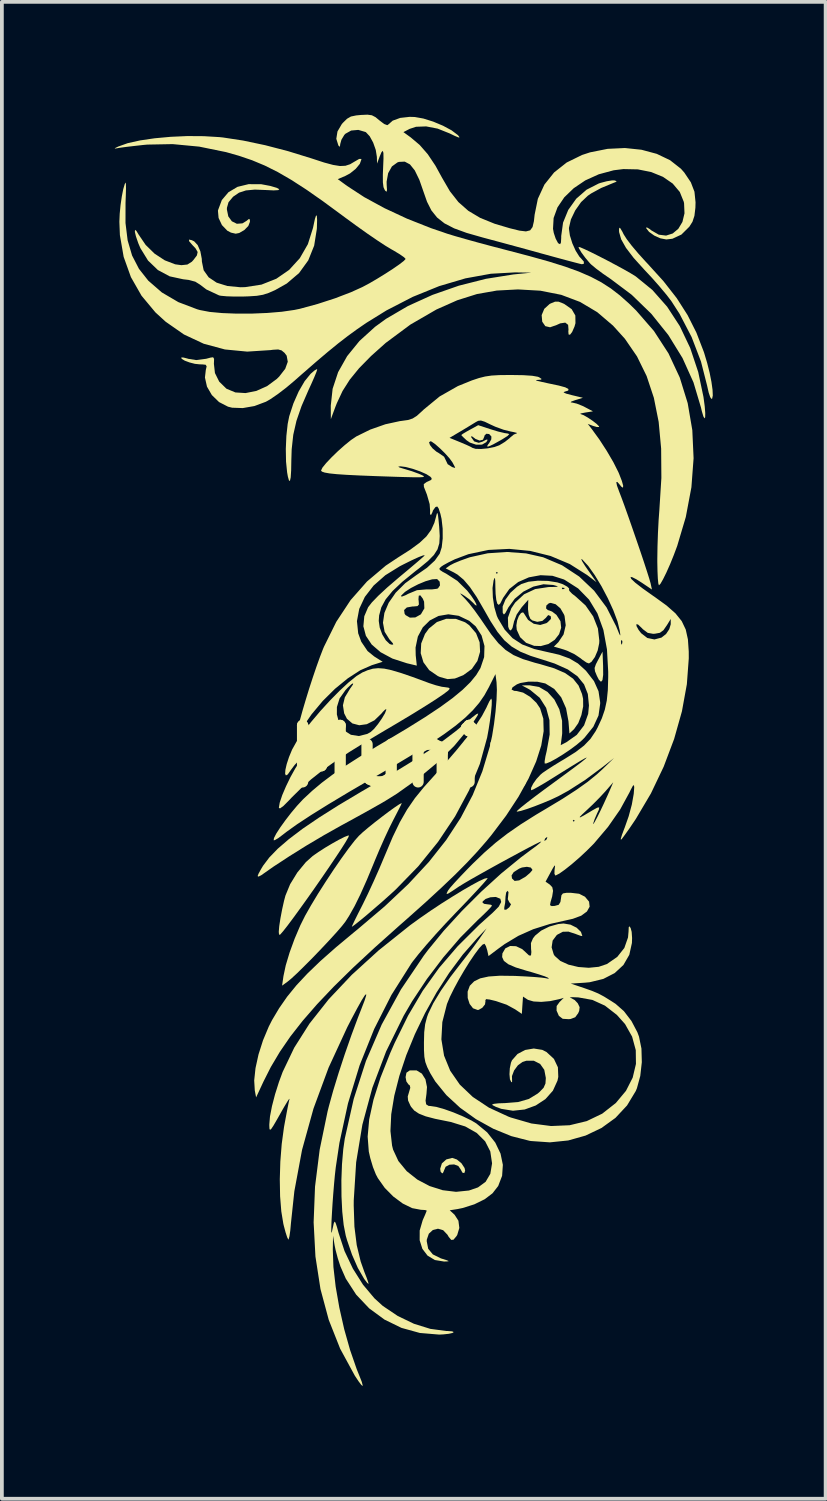
<source format=kicad_pcb>
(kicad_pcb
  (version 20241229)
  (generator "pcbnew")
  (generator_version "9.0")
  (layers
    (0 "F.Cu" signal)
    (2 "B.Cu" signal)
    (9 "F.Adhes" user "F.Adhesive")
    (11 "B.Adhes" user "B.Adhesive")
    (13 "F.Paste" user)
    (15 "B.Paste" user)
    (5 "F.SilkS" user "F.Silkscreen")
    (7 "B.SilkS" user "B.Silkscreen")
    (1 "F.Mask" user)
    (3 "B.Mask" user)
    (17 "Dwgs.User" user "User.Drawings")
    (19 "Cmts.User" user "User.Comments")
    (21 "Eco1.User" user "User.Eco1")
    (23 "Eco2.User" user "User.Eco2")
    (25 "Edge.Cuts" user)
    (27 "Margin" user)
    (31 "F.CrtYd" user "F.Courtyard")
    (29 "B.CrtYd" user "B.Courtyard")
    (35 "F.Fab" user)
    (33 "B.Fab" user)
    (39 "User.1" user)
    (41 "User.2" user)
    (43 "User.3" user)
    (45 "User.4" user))
  (footprint "Munin"
    (layer "F.Cu")
    (at 7.891 17.067)
    (property "Reference" "Munin" (at 0 0 0) (layer "F.SilkS") (effects (font (size 1.5 1.5) (thickness 0.3))))
    (attr board_only exclude_from_pos_files exclude_from_bom)
    (fp_poly (pts (xy 5.1 -2.407) (xy 5.102 -2.168) (xy 5.083 -2.027) (xy 5.044 -1.983) (xy 4.987 -2.039) (xy 4.936 -2.138) (xy 4.885 -2.261) (xy 4.874 -2.35) (xy 4.908 -2.449) (xy 4.966 -2.561) (xy 5.085 -2.785)) (stroke (width 0) (type solid)) (fill yes) (layer "F.SilkS"))
    (fp_poly (pts (xy 1.184 -3.656) (xy 1.43 -3.565) (xy 1.539 -3.488) (xy 1.721 -3.276) (xy 1.816 -3.034) (xy 1.828 -2.781) (xy 1.757 -2.537) (xy 1.607 -2.323) (xy 1.382 -2.159) (xy 1.158 -2.07) (xy 0.963 -2.054) (xy 0.759 -2.111) (xy 0.705 -2.135) (xy 0.474 -2.293) (xy 0.321 -2.502) (xy 0.249 -2.744) (xy 0.262 -3.002) (xy 0.363 -3.256) (xy 0.467 -3.399) (xy 0.68 -3.572) (xy 0.926 -3.658)) (stroke (width 0) (type solid)) (fill yes) (layer "F.SilkS"))
    (fp_poly (pts (xy 1.211 10.723) (xy 1.333 10.824) (xy 1.415 10.949) (xy 1.431 11.02) (xy 1.408 11.085) (xy 1.358 11.073) (xy 1.315 10.992) (xy 1.315 10.99) (xy 1.249 10.896) (xy 1.137 10.854) (xy 1.013 10.862) (xy 0.912 10.916) (xy 0.869 11.015) (xy 0.869 11.02) (xy 0.839 11.084) (xy 0.818 11.09) (xy 0.778 11.047) (xy 0.767 10.97) (xy 0.812 10.826) (xy 0.93 10.721) (xy 1.086 10.681)) (stroke (width 0) (type solid)) (fill yes) (layer "F.SilkS"))
    (fp_poly (pts (xy 4.033 -12.048) (xy 4.07 -12.03) (xy 4.264 -11.894) (xy 4.362 -11.725) (xy 4.365 -11.52) (xy 4.339 -11.429) (xy 4.276 -11.286) (xy 4.22 -11.214) (xy 4.182 -11.22) (xy 4.175 -11.309) (xy 4.18 -11.344) (xy 4.17 -11.477) (xy 4.094 -11.536) (xy 3.959 -11.516) (xy 3.862 -11.472) (xy 3.69 -11.412) (xy 3.563 -11.442) (xy 3.481 -11.561) (xy 3.466 -11.736) (xy 3.536 -11.903) (xy 3.677 -12.031) (xy 3.706 -12.046) (xy 3.821 -12.093) (xy 3.913 -12.094)) (stroke (width 0) (type solid)) (fill yes) (layer "F.SilkS"))
    (fp_poly (pts (xy -2.504 -10.289) (xy -2.525 -10.223) (xy -2.581 -10.086) (xy -2.662 -9.902) (xy -2.73 -9.755) (xy -2.921 -9.315) (xy -3.056 -8.924) (xy -3.141 -8.551) (xy -3.183 -8.166) (xy -3.192 -7.883) (xy -3.197 -7.604) (xy -3.209 -7.418) (xy -3.229 -7.328) (xy -3.254 -7.334) (xy -3.284 -7.44) (xy -3.304 -7.551) (xy -3.333 -7.838) (xy -3.339 -8.176) (xy -3.324 -8.524) (xy -3.289 -8.842) (xy -3.248 -9.046) (xy -3.138 -9.385) (xy -2.997 -9.705) (xy -2.838 -9.979) (xy -2.679 -10.174) (xy -2.579 -10.261) (xy -2.515 -10.298)) (stroke (width 0) (type solid)) (fill yes) (layer "F.SilkS"))
    (fp_poly (pts (xy -1.659 2.106) (xy -1.677 2.156) (xy -1.746 2.276) (xy -1.859 2.455) (xy -2.007 2.679) (xy -2.181 2.937) (xy -2.372 3.216) (xy -2.572 3.504) (xy -2.773 3.789) (xy -2.966 4.058) (xy -3.142 4.3) (xy -3.293 4.502) (xy -3.411 4.652) (xy -3.486 4.738) (xy -3.507 4.753) (xy -3.523 4.71) (xy -3.526 4.663) (xy -3.514 4.517) (xy -3.482 4.308) (xy -3.437 4.071) (xy -3.386 3.842) (xy -3.349 3.704) (xy -3.224 3.401) (xy -3.034 3.091) (xy -2.806 2.814) (xy -2.623 2.65) (xy -2.473 2.545) (xy -2.292 2.429) (xy -2.102 2.316) (xy -1.923 2.216) (xy -1.775 2.142) (xy -1.681 2.106)) (stroke (width 0) (type solid)) (fill yes) (layer "F.SilkS"))
    (fp_poly (pts (xy -3.991 -15.217) (xy -3.753 -15.172) (xy -3.583 -15.122) (xy -3.512 -15.084) (xy -3.54 -15.06) (xy -3.663 -15.053) (xy -3.852 -15.062) (xy -4.164 -15.074) (xy -4.4 -15.052) (xy -4.582 -14.993) (xy -4.731 -14.892) (xy -4.749 -14.875) (xy -4.863 -14.738) (xy -4.905 -14.59) (xy -4.906 -14.545) (xy -4.869 -14.362) (xy -4.774 -14.231) (xy -4.641 -14.165) (xy -4.493 -14.176) (xy -4.386 -14.241) (xy -4.317 -14.296) (xy -4.295 -14.273) (xy -4.293 -14.219) (xy -4.336 -14.107) (xy -4.443 -13.998) (xy -4.578 -13.92) (xy -4.672 -13.901) (xy -4.798 -13.93) (xy -4.895 -13.981) (xy -5.038 -14.13) (xy -5.127 -14.32) (xy -5.144 -14.51) (xy -5.141 -14.528) (xy -5.041 -14.796) (xy -4.865 -15.004) (xy -4.624 -15.147) (xy -4.329 -15.219)) (stroke (width 0) (type solid)) (fill yes) (layer "F.SilkS"))
    (fp_poly (pts (xy 4.488 -13.541) (xy 4.602 -13.492) (xy 4.771 -13.412) (xy 4.977 -13.309) (xy 5.203 -13.193) (xy 5.431 -13.072) (xy 5.645 -12.956) (xy 5.826 -12.853) (xy 5.958 -12.772) (xy 5.971 -12.763) (xy 6.412 -12.403) (xy 6.803 -11.96) (xy 7.14 -11.443) (xy 7.417 -10.861) (xy 7.63 -10.222) (xy 7.77 -9.557) (xy 7.803 -9.311) (xy 7.817 -9.13) (xy 7.815 -9.02) (xy 7.797 -8.989) (xy 7.767 -9.042) (xy 7.724 -9.187) (xy 7.704 -9.276) (xy 7.504 -9.946) (xy 7.212 -10.594) (xy 6.835 -11.206) (xy 6.382 -11.771) (xy 5.861 -12.276) (xy 5.292 -12.703) (xy 5.095 -12.838) (xy 4.916 -12.971) (xy 4.784 -13.081) (xy 4.748 -13.117) (xy 4.627 -13.26) (xy 4.524 -13.4) (xy 4.459 -13.509) (xy 4.446 -13.549)) (stroke (width 0) (type solid)) (fill yes) (layer "F.SilkS"))
    (fp_poly (pts (xy 5.559 -14.045) (xy 5.616 -13.947) (xy 5.647 -13.884) (xy 5.729 -13.755) (xy 5.865 -13.577) (xy 6.04 -13.37) (xy 6.234 -13.156) (xy 6.275 -13.113) (xy 6.707 -12.637) (xy 7.06 -12.185) (xy 7.347 -11.736) (xy 7.582 -11.269) (xy 7.777 -10.763) (xy 7.79 -10.724) (xy 7.868 -10.463) (xy 7.934 -10.201) (xy 7.982 -9.958) (xy 8.011 -9.75) (xy 8.018 -9.596) (xy 8 -9.514) (xy 7.984 -9.506) (xy 7.95 -9.552) (xy 7.909 -9.673) (xy 7.87 -9.844) (xy 7.869 -9.851) (xy 7.703 -10.503) (xy 7.454 -11.153) (xy 7.135 -11.767) (xy 6.916 -12.107) (xy 6.785 -12.278) (xy 6.605 -12.493) (xy 6.401 -12.725) (xy 6.198 -12.942) (xy 5.913 -13.257) (xy 5.709 -13.524) (xy 5.581 -13.751) (xy 5.526 -13.944) (xy 5.523 -14.003) (xy 5.531 -14.061)) (stroke (width 0) (type solid)) (fill yes) (layer "F.SilkS"))
    (fp_poly (pts (xy 1.761 -1.086) (xy 1.678 -0.957) (xy 1.53 -0.75) (xy 1.503 -0.714) (xy 1.137 -0.274) (xy 0.688 0.168) (xy 0.175 0.595) (xy -0.384 0.993) (xy -0.69 1.184) (xy -0.835 1.268) (xy -1.048 1.389) (xy -1.31 1.535) (xy -1.599 1.694) (xy -1.865 1.839) (xy -2.319 2.094) (xy -2.79 2.373) (xy -3.249 2.66) (xy -3.669 2.935) (xy -3.992 3.162) (xy -4.065 3.199) (xy -4.089 3.185) (xy -4.063 3.118) (xy -3.997 2.998) (xy -3.944 2.91) (xy -3.779 2.691) (xy -3.553 2.457) (xy -3.261 2.205) (xy -2.898 1.93) (xy -2.457 1.63) (xy -1.935 1.3) (xy -1.325 0.936) (xy -1.124 0.819) (xy -0.516 0.463) (xy 0.009 0.142) (xy 0.461 -0.149) (xy 0.849 -0.418) (xy 1.183 -0.671) (xy 1.424 -0.871) (xy 1.611 -1.03) (xy 1.729 -1.121) (xy 1.779 -1.14)) (stroke (width 0) (type solid)) (fill yes) (layer "F.SilkS"))
    (fp_poly (pts (xy 2.117 -8.697) (xy 2.305 -8.64) (xy 2.469 -8.6) (xy 2.569 -8.585) (xy 2.605 -8.57) (xy 2.558 -8.521) (xy 2.424 -8.436) (xy 2.376 -8.408) (xy 2.174 -8.296) (xy 2.053 -8.242) (xy 2.011 -8.244) (xy 2.045 -8.301) (xy 2.068 -8.328) (xy 2.126 -8.431) (xy 2.129 -8.507) (xy 2.069 -8.573) (xy 1.993 -8.58) (xy 1.944 -8.529) (xy 1.942 -8.508) (xy 1.905 -8.422) (xy 1.815 -8.399) (xy 1.703 -8.444) (xy 1.677 -8.465) (xy 1.603 -8.519) (xy 1.591 -8.494) (xy 1.593 -8.487) (xy 1.671 -8.377) (xy 1.792 -8.339) (xy 1.89 -8.369) (xy 1.996 -8.425) (xy 2.031 -8.419) (xy 1.993 -8.356) (xy 1.879 -8.291) (xy 1.723 -8.289) (xy 1.558 -8.345) (xy 1.469 -8.406) (xy 1.378 -8.491) (xy 1.33 -8.542) (xy 1.329 -8.546) (xy 1.369 -8.578) (xy 1.473 -8.64) (xy 1.554 -8.685) (xy 1.778 -8.808)) (stroke (width 0) (type solid)) (fill yes) (layer "F.SilkS"))
    (fp_poly (pts (xy 3.481 7.807) (xy 3.593 7.863) (xy 3.792 8.047) (xy 3.898 8.27) (xy 3.908 8.526) (xy 3.887 8.626) (xy 3.765 8.893) (xy 3.566 9.117) (xy 3.309 9.286) (xy 3.015 9.393) (xy 2.703 9.426) (xy 2.393 9.376) (xy 2.389 9.375) (xy 2.25 9.324) (xy 2.162 9.279) (xy 2.147 9.262) (xy 2.193 9.243) (xy 2.316 9.229) (xy 2.488 9.223) (xy 2.492 9.223) (xy 2.84 9.195) (xy 3.122 9.114) (xy 3.358 8.971) (xy 3.403 8.933) (xy 3.517 8.816) (xy 3.567 8.702) (xy 3.577 8.555) (xy 3.536 8.338) (xy 3.425 8.181) (xy 3.259 8.097) (xy 3.057 8.097) (xy 2.957 8.129) (xy 2.834 8.218) (xy 2.733 8.355) (xy 2.676 8.504) (xy 2.679 8.62) (xy 2.679 8.668) (xy 2.657 8.662) (xy 2.622 8.59) (xy 2.61 8.455) (xy 2.619 8.296) (xy 2.649 8.15) (xy 2.676 8.085) (xy 2.823 7.917) (xy 3.026 7.81) (xy 3.256 7.771)) (stroke (width 0) (type solid)) (fill yes) (layer "F.SilkS"))
    (fp_poly (pts (xy -0.256 1.247) (xy -0.278 1.298) (xy -0.338 1.417) (xy -0.425 1.586) (xy -0.481 1.694) (xy -0.587 1.906) (xy -0.715 2.18) (xy -0.849 2.483) (xy -0.975 2.782) (xy -0.992 2.825) (xy -1.185 3.289) (xy -1.355 3.67) (xy -1.509 3.983) (xy -1.655 4.242) (xy -1.753 4.395) (xy -1.844 4.512) (xy -1.992 4.683) (xy -2.182 4.891) (xy -2.397 5.12) (xy -2.622 5.354) (xy -2.841 5.574) (xy -3.037 5.767) (xy -3.195 5.913) (xy -3.291 5.992) (xy -3.438 6.099) (xy -3.402 5.847) (xy -3.341 5.56) (xy -3.238 5.217) (xy -3.105 4.852) (xy -2.954 4.497) (xy -2.827 4.242) (xy -2.671 3.967) (xy -2.485 3.658) (xy -2.278 3.334) (xy -2.065 3.011) (xy -1.856 2.708) (xy -1.664 2.443) (xy -1.501 2.233) (xy -1.396 2.115) (xy -1.293 2.019) (xy -1.145 1.894) (xy -0.97 1.753) (xy -0.783 1.608) (xy -0.603 1.472) (xy -0.444 1.358) (xy -0.325 1.278) (xy -0.262 1.245)) (stroke (width 0) (type solid)) (fill yes) (layer "F.SilkS"))
    (fp_poly (pts (xy 2.14 -1.486) (xy 2.137 -1.361) (xy 2.12 -1.178) (xy 2.093 -0.959) (xy 2.057 -0.727) (xy 2.016 -0.502) (xy 2.014 -0.494) (xy 1.822 0.202) (xy 1.536 0.903) (xy 1.163 1.598) (xy 0.71 2.275) (xy 0.184 2.925) (xy -0.408 3.534) (xy -0.554 3.669) (xy -0.768 3.86) (xy -0.983 4.046) (xy -1.183 4.218) (xy -1.357 4.362) (xy -1.49 4.468) (xy -1.568 4.525) (xy -1.584 4.531) (xy -1.562 4.48) (xy -1.503 4.355) (xy -1.414 4.176) (xy -1.304 3.96) (xy -1.288 3.928) (xy -1.156 3.657) (xy -1.004 3.328) (xy -0.85 2.981) (xy -0.712 2.654) (xy -0.692 2.607) (xy -0.494 2.139) (xy -0.305 1.749) (xy -0.113 1.414) (xy 0.095 1.112) (xy 0.333 0.82) (xy 0.427 0.715) (xy 0.848 0.247) (xy 1.198 -0.16) (xy 1.484 -0.511) (xy 1.708 -0.813) (xy 1.877 -1.072) (xy 1.996 -1.295) (xy 2.02 -1.349) (xy 2.076 -1.466) (xy 2.12 -1.53) (xy 2.128 -1.533)) (stroke (width 0) (type solid)) (fill yes) (layer "F.SilkS"))
    (fp_poly (pts (xy -2.514 -14.378) (xy -2.507 -14.27) (xy -2.512 -14.065) (xy -2.514 -14.028) (xy -2.585 -13.583) (xy -2.742 -13.192) (xy -2.986 -12.855) (xy -3.313 -12.576) (xy -3.618 -12.404) (xy -3.794 -12.326) (xy -3.946 -12.277) (xy -4.11 -12.249) (xy -4.321 -12.235) (xy -4.472 -12.23) (xy -4.705 -12.229) (xy -4.912 -12.236) (xy -5.064 -12.25) (xy -5.114 -12.26) (xy -5.452 -12.418) (xy -5.622 -12.547) (xy -5.747 -12.625) (xy -5.925 -12.672) (xy -6.069 -12.689) (xy -6.428 -12.767) (xy -6.742 -12.935) (xy -7.004 -13.187) (xy -7.207 -13.517) (xy -7.263 -13.648) (xy -7.325 -13.829) (xy -7.354 -13.95) (xy -7.35 -14.003) (xy -7.314 -13.977) (xy -7.252 -13.875) (xy -7.067 -13.603) (xy -6.829 -13.37) (xy -6.559 -13.193) (xy -6.282 -13.087) (xy -6.116 -13.064) (xy -5.957 -13.081) (xy -5.839 -13.155) (xy -5.796 -13.202) (xy -5.704 -13.323) (xy -5.684 -13.414) (xy -5.739 -13.51) (xy -5.822 -13.598) (xy -5.91 -13.7) (xy -5.915 -13.745) (xy -5.841 -13.729) (xy -5.777 -13.698) (xy -5.684 -13.599) (xy -5.612 -13.433) (xy -5.574 -13.232) (xy -5.571 -13.16) (xy -5.524 -12.929) (xy -5.391 -12.741) (xy -5.179 -12.599) (xy -4.895 -12.51) (xy -4.548 -12.477) (xy -4.421 -12.48) (xy -3.986 -12.547) (xy -3.592 -12.703) (xy -3.25 -12.939) (xy -2.967 -13.249) (xy -2.752 -13.623) (xy -2.616 -14.055) (xy -2.606 -14.102) (xy -2.565 -14.294) (xy -2.534 -14.386)) (stroke (width 0) (type solid)) (fill yes) (layer "F.SilkS"))
    (fp_poly (pts (xy -0.721 -2.333) (xy -0.525 -2.291) (xy -0.279 -2.218) (xy 0.03 -2.112) (xy 0.418 -1.969) (xy 0.471 -1.949) (xy 0.652 -1.89) (xy 0.812 -1.85) (xy 0.893 -1.84) (xy 0.99 -1.826) (xy 1.022 -1.799) (xy 0.979 -1.748) (xy 0.852 -1.652) (xy 0.649 -1.514) (xy 0.376 -1.34) (xy 0.04 -1.132) (xy -0.353 -0.896) (xy -0.664 -0.713) (xy -1.198 -0.395) (xy -1.653 -0.113) (xy -2.041 0.143) (xy -2.375 0.382) (xy -2.667 0.613) (xy -2.93 0.846) (xy -3.178 1.09) (xy -3.256 1.173) (xy -3.404 1.321) (xy -3.494 1.386) (xy -3.524 1.369) (xy -3.524 1.369) (xy -3.501 1.231) (xy -3.434 1.031) (xy -3.334 0.797) (xy -3.215 0.551) (xy -3.087 0.321) (xy -2.963 0.13) (xy -2.921 0.077) (xy -2.895 0.036) (xy -2.938 0.065) (xy -2.982 0.102) (xy -3.105 0.23) (xy -3.206 0.365) (xy -3.21 0.371) (xy -3.288 0.482) (xy -3.337 0.508) (xy -3.357 0.463) (xy -3.35 0.357) (xy -3.315 0.205) (xy -3.254 0.019) (xy -3.172 -0.179) (xy -3.056 -0.387) (xy -2.882 -0.638) (xy -2.666 -0.915) (xy -2.496 -1.115) (xy -1.981 -1.115) (xy -1.916 -0.87) (xy -1.785 -0.686) (xy -1.607 -0.573) (xy -1.397 -0.54) (xy -1.173 -0.596) (xy -1.083 -0.646) (xy -0.995 -0.727) (xy -0.888 -0.857) (xy -0.784 -1.007) (xy -0.702 -1.145) (xy -0.665 -1.242) (xy -0.665 -1.249) (xy -0.692 -1.248) (xy -0.761 -1.18) (xy -0.797 -1.136) (xy -0.982 -0.958) (xy -1.185 -0.855) (xy -1.386 -0.827) (xy -1.568 -0.875) (xy -1.713 -0.999) (xy -1.787 -1.144) (xy -1.82 -1.358) (xy -1.769 -1.57) (xy -1.63 -1.8) (xy -1.619 -1.814) (xy -1.552 -1.912) (xy -1.549 -1.944) (xy -1.6 -1.913) (xy -1.693 -1.825) (xy -1.751 -1.763) (xy -1.909 -1.54) (xy -1.98 -1.312) (xy -1.981 -1.115) (xy -2.496 -1.115) (xy -2.422 -1.203) (xy -2.165 -1.484) (xy -1.908 -1.745) (xy -1.667 -1.968) (xy -1.457 -2.137) (xy -1.303 -2.231) (xy -1.159 -2.292) (xy -1.024 -2.331) (xy -0.883 -2.345)) (stroke (width 0) (type solid)) (fill yes) (layer "F.SilkS"))
    (fp_poly (pts (xy 3.635 -4.666) (xy 3.885 -4.626) (xy 4.031 -4.577) (xy 4.146 -4.514) (xy 4.198 -4.464) (xy 4.193 -4.447) (xy 4.201 -4.403) (xy 4.277 -4.324) (xy 4.364 -4.257) (xy 4.633 -4.014) (xy 4.836 -3.722) (xy 4.962 -3.402) (xy 5 -3.075) (xy 4.996 -3.006) (xy 4.956 -2.815) (xy 4.882 -2.641) (xy 4.792 -2.515) (xy 4.724 -2.471) (xy 4.66 -2.494) (xy 4.553 -2.566) (xy 4.497 -2.611) (xy 4.337 -2.718) (xy 4.14 -2.811) (xy 4.055 -2.841) (xy 3.791 -2.918) (xy 3.911 -3.037) (xy 4.049 -3.243) (xy 4.106 -3.486) (xy 4.075 -3.733) (xy 4.061 -3.771) (xy 3.964 -3.937) (xy 3.837 -4.046) (xy 3.706 -4.082) (xy 3.658 -4.071) (xy 3.591 -4.012) (xy 3.583 -3.935) (xy 3.634 -3.887) (xy 3.656 -3.884) (xy 3.744 -3.85) (xy 3.852 -3.768) (xy 3.861 -3.759) (xy 3.966 -3.595) (xy 3.985 -3.42) (xy 3.93 -3.249) (xy 3.814 -3.1) (xy 3.648 -2.989) (xy 3.445 -2.933) (xy 3.267 -2.939) (xy 3.052 -3.02) (xy 2.892 -3.17) (xy 2.803 -3.366) (xy 2.793 -3.482) (xy 2.814 -3.616) (xy 2.86 -3.734) (xy 2.918 -3.813) (xy 2.972 -3.831) (xy 3 -3.795) (xy 3.104 -3.63) (xy 3.256 -3.526) (xy 3.428 -3.494) (xy 3.593 -3.543) (xy 3.63 -3.57) (xy 3.712 -3.654) (xy 3.711 -3.716) (xy 3.697 -3.733) (xy 3.64 -3.758) (xy 3.585 -3.693) (xy 3.58 -3.685) (xy 3.485 -3.602) (xy 3.349 -3.578) (xy 3.217 -3.615) (xy 3.164 -3.659) (xy 3.122 -3.761) (xy 3.103 -3.911) (xy 3.103 -3.953) (xy 3.11 -4.165) (xy 2.934 -3.964) (xy 2.802 -3.773) (xy 2.729 -3.582) (xy 2.727 -3.567) (xy 2.69 -3.413) (xy 2.646 -3.347) (xy 2.603 -3.375) (xy 2.576 -3.449) (xy 2.568 -3.688) (xy 2.658 -3.936) (xy 2.761 -4.09) (xy 2.998 -4.31) (xy 3.294 -4.449) (xy 3.5 -4.48) (xy 4.003 -4.48) (xy 4.01 -4.45) (xy 4.037 -4.446) (xy 4.079 -4.465) (xy 4.071 -4.48) (xy 4.011 -4.486) (xy 4.003 -4.48) (xy 3.5 -4.48) (xy 3.642 -4.502) (xy 3.657 -4.503) (xy 3.822 -4.506) (xy 3.893 -4.513) (xy 3.88 -4.527) (xy 3.791 -4.553) (xy 3.772 -4.558) (xy 3.515 -4.577) (xy 3.243 -4.514) (xy 2.981 -4.382) (xy 2.751 -4.192) (xy 2.579 -3.958) (xy 2.565 -3.93) (xy 2.5 -3.81) (xy 2.462 -3.773) (xy 2.435 -3.809) (xy 2.43 -3.826) (xy 2.428 -3.985) (xy 2.502 -4.167) (xy 2.635 -4.351) (xy 2.812 -4.511) (xy 2.927 -4.583) (xy 3.118 -4.645) (xy 3.366 -4.672)) (stroke (width 0) (type solid)) (fill yes) (layer "F.SilkS"))
    (fp_poly (pts (xy 2.029 3.239) (xy 2.002 3.28) (xy 1.912 3.385) (xy 1.77 3.541) (xy 1.584 3.74) (xy 1.365 3.971) (xy 1.193 4.149) (xy 0.919 4.437) (xy 0.65 4.73) (xy 0.403 5.01) (xy 0.193 5.259) (xy 0.035 5.459) (xy 0 5.508) (xy -0.53 6.347) (xy -0.989 7.253) (xy -1.376 8.218) (xy -1.685 9.23) (xy -1.913 10.281) (xy -2.011 10.937) (xy -2.034 11.141) (xy -2.056 11.378) (xy -2.077 11.634) (xy -2.096 11.892) (xy -2.111 12.137) (xy -2.123 12.354) (xy -2.129 12.526) (xy -2.13 12.639) (xy -2.123 12.676) (xy -2.114 12.649) (xy -2.084 12.516) (xy -2.063 12.419) (xy -2.043 12.374) (xy -2.017 12.404) (xy -1.979 12.517) (xy -1.936 12.674) (xy -1.777 13.159) (xy -1.555 13.626) (xy -1.286 14.053) (xy -0.982 14.415) (xy -0.759 14.618) (xy -0.362 14.885) (xy 0.068 15.092) (xy 0.505 15.228) (xy 0.924 15.284) (xy 0.953 15.284) (xy 1.084 15.294) (xy 1.127 15.313) (xy 1.094 15.337) (xy 0.996 15.359) (xy 0.848 15.375) (xy 0.738 15.38) (xy 0.226 15.337) (xy -0.262 15.202) (xy -0.715 14.981) (xy -1.121 14.683) (xy -1.468 14.317) (xy -1.744 13.891) (xy -1.886 13.568) (xy -1.956 13.353) (xy -2.015 13.13) (xy -2.041 13.006) (xy -2.083 12.751) (xy -2.089 13.12) (xy -2.073 13.581) (xy -2.013 14.105) (xy -1.915 14.666) (xy -1.786 15.236) (xy -1.63 15.789) (xy -1.454 16.298) (xy -1.372 16.501) (xy -1.319 16.636) (xy -1.295 16.728) (xy -1.296 16.747) (xy -1.331 16.719) (xy -1.404 16.623) (xy -1.499 16.48) (xy -1.504 16.472) (xy -1.893 15.757) (xy -2.197 14.989) (xy -2.417 14.169) (xy -2.551 13.303) (xy -2.599 12.394) (xy -2.562 11.445) (xy -2.438 10.46) (xy -2.228 9.444) (xy -2.194 9.309) (xy -2.081 8.9) (xy -1.937 8.429) (xy -1.772 7.926) (xy -1.597 7.424) (xy -1.422 6.953) (xy -1.331 6.721) (xy -1.245 6.498) (xy -1.203 6.366) (xy -1.202 6.322) (xy -1.243 6.364) (xy -1.323 6.491) (xy -1.44 6.701) (xy -1.595 6.992) (xy -1.705 7.206) (xy -2.201 8.28) (xy -2.603 9.369) (xy -2.907 10.467) (xy -3.112 11.568) (xy -3.202 12.412) (xy -3.22 12.612) (xy -3.242 12.763) (xy -3.263 12.844) (xy -3.273 12.852) (xy -3.302 12.794) (xy -3.345 12.662) (xy -3.393 12.482) (xy -3.405 12.432) (xy -3.459 12.103) (xy -3.491 11.701) (xy -3.499 11.251) (xy -3.485 10.78) (xy -3.448 10.312) (xy -3.389 9.874) (xy -3.381 9.827) (xy -3.335 9.579) (xy -3.294 9.362) (xy -3.261 9.199) (xy -3.241 9.113) (xy -3.24 9.112) (xy -3.251 9.112) (xy -3.301 9.188) (xy -3.383 9.324) (xy -3.443 9.429) (xy -3.578 9.668) (xy -3.67 9.826) (xy -3.728 9.912) (xy -3.76 9.935) (xy -3.774 9.904) (xy -3.778 9.828) (xy -3.778 9.787) (xy -3.76 9.579) (xy -3.707 9.304) (xy -3.625 8.989) (xy -3.521 8.66) (xy -3.423 8.394) (xy -3.116 7.751) (xy -2.708 7.107) (xy -2.197 6.46) (xy -1.584 5.811) (xy -0.87 5.161) (xy -0.054 4.509) (xy -0.026 4.487) (xy 0.231 4.301) (xy 0.511 4.107) (xy 0.801 3.915) (xy 1.089 3.733) (xy 1.36 3.567) (xy 1.602 3.427) (xy 1.802 3.319) (xy 1.946 3.253) (xy 2.023 3.236)) (stroke (width 0) (type solid)) (fill yes) (layer "F.SilkS"))
    (fp_poly (pts (xy -1.05 -17.051) (xy -0.952 -17) (xy -0.847 -16.913) (xy -0.723 -16.819) (xy -0.641 -16.788) (xy -0.622 -16.798) (xy -0.496 -16.908) (xy -0.296 -16.981) (xy -0.046 -17.009) (xy 0.091 -17.005) (xy 0.321 -16.964) (xy 0.582 -16.882) (xy 0.842 -16.773) (xy 1.069 -16.651) (xy 1.232 -16.528) (xy 1.25 -16.51) (xy 1.282 -16.464) (xy 1.254 -16.461) (xy 1.154 -16.503) (xy 1.017 -16.569) (xy 0.699 -16.696) (xy 0.394 -16.755) (xy 0.125 -16.745) (xy -0.046 -16.689) (xy -0.211 -16.603) (xy -0.016 -16.462) (xy 0.222 -16.261) (xy 0.436 -16.016) (xy 0.642 -15.708) (xy 0.817 -15.389) (xy 1.025 -15.031) (xy 1.251 -14.743) (xy 1.514 -14.511) (xy 1.829 -14.323) (xy 2.215 -14.166) (xy 2.619 -14.046) (xy 2.874 -13.983) (xy 3.048 -13.962) (xy 3.159 -13.99) (xy 3.224 -14.078) (xy 3.26 -14.234) (xy 3.279 -14.407) (xy 3.365 -14.83) (xy 3.539 -15.207) (xy 3.797 -15.53) (xy 4.132 -15.795) (xy 4.54 -15.995) (xy 4.754 -16.065) (xy 5.22 -16.158) (xy 5.681 -16.18) (xy 6.121 -16.134) (xy 6.527 -16.025) (xy 6.881 -15.856) (xy 7.17 -15.629) (xy 7.26 -15.527) (xy 7.434 -15.268) (xy 7.53 -15.018) (xy 7.559 -14.736) (xy 7.555 -14.592) (xy 7.529 -14.376) (xy 7.477 -14.218) (xy 7.393 -14.086) (xy 7.183 -13.878) (xy 6.944 -13.767) (xy 6.782 -13.748) (xy 6.627 -13.777) (xy 6.461 -13.851) (xy 6.322 -13.95) (xy 6.244 -14.051) (xy 6.244 -14.053) (xy 6.261 -14.071) (xy 6.336 -14.027) (xy 6.384 -13.989) (xy 6.581 -13.875) (xy 6.775 -13.851) (xy 6.952 -13.907) (xy 7.101 -14.032) (xy 7.21 -14.214) (xy 7.265 -14.443) (xy 7.254 -14.707) (xy 7.246 -14.749) (xy 7.14 -15.011) (xy 6.951 -15.235) (xy 6.693 -15.413) (xy 6.379 -15.541) (xy 6.024 -15.612) (xy 5.64 -15.62) (xy 5.381 -15.588) (xy 4.985 -15.481) (xy 4.627 -15.319) (xy 4.319 -15.111) (xy 4.068 -14.869) (xy 3.887 -14.601) (xy 3.784 -14.319) (xy 3.768 -14.032) (xy 3.788 -13.922) (xy 3.838 -13.772) (xy 3.896 -13.662) (xy 3.915 -13.641) (xy 3.957 -13.622) (xy 3.979 -13.667) (xy 3.986 -13.792) (xy 3.986 -13.839) (xy 4.035 -14.196) (xy 4.173 -14.533) (xy 4.385 -14.831) (xy 4.66 -15.071) (xy 4.983 -15.236) (xy 5.027 -15.251) (xy 5.198 -15.296) (xy 5.34 -15.319) (xy 5.403 -15.318) (xy 5.462 -15.298) (xy 5.43 -15.273) (xy 5.392 -15.259) (xy 5.049 -15.117) (xy 4.783 -14.972) (xy 4.695 -14.912) (xy 4.514 -14.741) (xy 4.358 -14.519) (xy 4.244 -14.281) (xy 4.193 -14.061) (xy 4.192 -14.029) (xy 4.217 -13.853) (xy 4.282 -13.645) (xy 4.372 -13.445) (xy 4.47 -13.29) (xy 4.515 -13.243) (xy 4.587 -13.16) (xy 4.589 -13.102) (xy 4.536 -13.089) (xy 4.469 -13.104) (xy 4.319 -13.143) (xy 4.103 -13.2) (xy 3.837 -13.272) (xy 3.535 -13.355) (xy 3.475 -13.371) (xy 3.122 -13.469) (xy 2.755 -13.569) (xy 2.405 -13.664) (xy 2.099 -13.746) (xy 1.891 -13.802) (xy 1.471 -13.922) (xy 1.139 -14.043) (xy 0.881 -14.176) (xy 0.685 -14.331) (xy 0.534 -14.519) (xy 0.417 -14.75) (xy 0.334 -14.987) (xy 0.213 -15.334) (xy 0.091 -15.585) (xy -0.037 -15.744) (xy -0.175 -15.818) (xy -0.329 -15.811) (xy -0.37 -15.797) (xy -0.517 -15.69) (xy -0.617 -15.511) (xy -0.658 -15.285) (xy -0.656 -15.196) (xy -0.648 -15.063) (xy -0.659 -15.017) (xy -0.693 -15.043) (xy -0.707 -15.062) (xy -0.741 -15.139) (xy -0.757 -15.269) (xy -0.758 -15.47) (xy -0.751 -15.655) (xy -0.741 -15.9) (xy -0.743 -16.049) (xy -0.76 -16.105) (xy -0.792 -16.073) (xy -0.841 -15.959) (xy -0.852 -15.929) (xy -0.912 -15.766) (xy -0.917 -15.945) (xy -0.947 -16.13) (xy -1.016 -16.325) (xy -1.108 -16.493) (xy -1.207 -16.599) (xy -1.219 -16.606) (xy -1.41 -16.662) (xy -1.601 -16.645) (xy -1.756 -16.558) (xy -1.785 -16.526) (xy -1.86 -16.4) (xy -1.892 -16.284) (xy -1.892 -16.283) (xy -1.9 -16.213) (xy -1.931 -16.236) (xy -1.942 -16.252) (xy -1.996 -16.425) (xy -1.965 -16.62) (xy -1.851 -16.815) (xy -1.822 -16.849) (xy -1.711 -16.958) (xy -1.607 -17.018) (xy -1.468 -17.047) (xy -1.344 -17.059) (xy -1.167 -17.067)) (stroke (width 0) (type solid)) (fill yes) (layer "F.SilkS"))
    (fp_poly (pts (xy -5.518 -16.495) (xy -5.102 -16.47) (xy -5.008 -16.46) (xy -4.477 -16.379) (xy -3.888 -16.255) (xy -3.274 -16.095) (xy -2.665 -15.907) (xy -2.634 -15.897) (xy -2.319 -15.794) (xy -2.08 -15.73) (xy -1.898 -15.701) (xy -1.754 -15.708) (xy -1.63 -15.748) (xy -1.515 -15.816) (xy -1.389 -15.889) (xy -1.333 -15.89) (xy -1.329 -15.874) (xy -1.371 -15.758) (xy -1.48 -15.626) (xy -1.63 -15.505) (xy -1.753 -15.439) (xy -1.957 -15.352) (xy -1.707 -15.17) (xy -1.25 -14.872) (xy -0.712 -14.579) (xy -0.115 -14.301) (xy 0.519 -14.05) (xy 0.954 -13.901) (xy 1.16 -13.838) (xy 1.44 -13.758) (xy 1.772 -13.666) (xy 2.13 -13.57) (xy 2.491 -13.476) (xy 2.555 -13.459) (xy 3.15 -13.303) (xy 3.657 -13.161) (xy 4.089 -13.026) (xy 4.457 -12.893) (xy 4.774 -12.755) (xy 5.053 -12.608) (xy 5.306 -12.445) (xy 5.545 -12.261) (xy 5.783 -12.049) (xy 5.979 -11.858) (xy 6.452 -11.314) (xy 6.839 -10.718) (xy 7.139 -10.076) (xy 7.35 -9.394) (xy 7.473 -8.676) (xy 7.507 -7.929) (xy 7.449 -7.157) (xy 7.3 -6.366) (xy 7.071 -5.596) (xy 6.979 -5.35) (xy 6.881 -5.108) (xy 6.783 -4.888) (xy 6.695 -4.71) (xy 6.626 -4.59) (xy 6.585 -4.548) (xy 6.569 -4.597) (xy 6.556 -4.728) (xy 6.547 -4.925) (xy 6.542 -5.169) (xy 6.542 -5.251) (xy 6.547 -5.58) (xy 6.559 -5.94) (xy 6.577 -6.285) (xy 6.596 -6.542) (xy 6.65 -7.403) (xy 6.644 -8.186) (xy 6.578 -8.896) (xy 6.45 -9.537) (xy 6.258 -10.115) (xy 6.002 -10.637) (xy 5.68 -11.106) (xy 5.364 -11.456) (xy 4.944 -11.814) (xy 4.488 -12.086) (xy 3.987 -12.275) (xy 3.432 -12.385) (xy 2.836 -12.419) (xy 2.274 -12.389) (xy 1.745 -12.296) (xy 1.222 -12.131) (xy 0.674 -11.888) (xy 0.664 -11.883) (xy -0.025 -11.484) (xy -0.682 -10.996) (xy -1.071 -10.648) (xy -1.391 -10.322) (xy -1.638 -10.019) (xy -1.83 -9.717) (xy -1.983 -9.39) (xy -2.023 -9.288) (xy -2.141 -8.969) (xy -2.143 -9.327) (xy -2.094 -9.776) (xy -1.948 -10.218) (xy -1.708 -10.644) (xy -1.38 -11.048) (xy -0.966 -11.424) (xy -0.671 -11.638) (xy -0.09 -11.978) (xy 0.563 -12.274) (xy 1.262 -12.518) (xy 1.984 -12.701) (xy 2.705 -12.816) (xy 2.76 -12.822) (xy 3.194 -12.865) (xy 2.76 -12.872) (xy 2.115 -12.836) (xy 1.438 -12.713) (xy 0.741 -12.507) (xy 0.037 -12.221) (xy -0.661 -11.861) (xy -1.199 -11.528) (xy -1.448 -11.357) (xy -1.692 -11.179) (xy -1.947 -10.982) (xy -2.225 -10.755) (xy -2.542 -10.486) (xy -2.912 -10.164) (xy -3.115 -9.985) (xy -3.328 -9.806) (xy -3.546 -9.639) (xy -3.741 -9.505) (xy -3.867 -9.432) (xy -4.174 -9.317) (xy -4.484 -9.263) (xy -4.767 -9.273) (xy -4.876 -9.3) (xy -5.115 -9.423) (xy -5.306 -9.609) (xy -5.436 -9.833) (xy -5.49 -10.076) (xy -5.467 -10.276) (xy -5.445 -10.372) (xy -5.47 -10.415) (xy -5.563 -10.425) (xy -5.628 -10.426) (xy -5.758 -10.44) (xy -5.901 -10.477) (xy -6.027 -10.524) (xy -6.109 -10.573) (xy -6.12 -10.609) (xy -6.062 -10.608) (xy -5.95 -10.579) (xy -5.933 -10.573) (xy -5.722 -10.54) (xy -5.459 -10.574) (xy -5.339 -10.606) (xy -5.273 -10.615) (xy -5.247 -10.572) (xy -5.251 -10.453) (xy -5.252 -10.442) (xy -5.224 -10.195) (xy -5.11 -9.966) (xy -4.922 -9.782) (xy -4.911 -9.775) (xy -4.68 -9.679) (xy -4.411 -9.662) (xy -4.124 -9.719) (xy -3.84 -9.846) (xy -3.58 -10.037) (xy -3.515 -10.101) (xy -3.354 -10.309) (xy -3.287 -10.495) (xy -3.316 -10.656) (xy -3.372 -10.731) (xy -3.452 -10.797) (xy -3.542 -10.822) (xy -3.681 -10.814) (xy -3.748 -10.805) (xy -4.366 -10.765) (xy -4.959 -10.822) (xy -5.522 -10.974) (xy -6.049 -11.221) (xy -6.535 -11.56) (xy -6.806 -11.807) (xy -7.177 -12.252) (xy -7.459 -12.746) (xy -7.652 -13.285) (xy -7.752 -13.863) (xy -7.766 -14.218) (xy -7.757 -14.432) (xy -7.734 -14.666) (xy -7.701 -14.893) (xy -7.663 -15.086) (xy -7.623 -15.221) (xy -7.599 -15.263) (xy -7.592 -15.225) (xy -7.59 -15.104) (xy -7.595 -14.921) (xy -7.602 -14.724) (xy -7.603 -14.186) (xy -7.546 -13.723) (xy -7.428 -13.321) (xy -7.245 -12.967) (xy -6.998 -12.653) (xy -6.635 -12.338) (xy -6.197 -12.081) (xy -5.697 -11.891) (xy -5.622 -11.87) (xy -5.365 -11.821) (xy -5.032 -11.79) (xy -4.649 -11.775) (xy -4.241 -11.776) (xy -3.832 -11.793) (xy -3.448 -11.825) (xy -3.114 -11.873) (xy -2.964 -11.904) (xy -2.491 -12.033) (xy -2.029 -12.183) (xy -1.608 -12.344) (xy -1.303 -12.482) (xy -1.115 -12.582) (xy -0.905 -12.705) (xy -0.691 -12.837) (xy -0.49 -12.967) (xy -0.321 -13.084) (xy -0.203 -13.175) (xy -0.154 -13.228) (xy -0.153 -13.231) (xy -0.195 -13.275) (xy -0.307 -13.353) (xy -0.467 -13.45) (xy -0.535 -13.488) (xy -0.691 -13.582) (xy -0.91 -13.726) (xy -1.173 -13.906) (xy -1.461 -14.111) (xy -1.758 -14.328) (xy -1.851 -14.397) (xy -2.354 -14.767) (xy -2.796 -15.076) (xy -3.191 -15.331) (xy -3.553 -15.541) (xy -3.897 -15.713) (xy -4.237 -15.855) (xy -4.587 -15.974) (xy -4.928 -16.071) (xy -5.642 -16.217) (xy -6.35 -16.284) (xy -7.025 -16.271) (xy -7.133 -16.261) (xy -7.375 -16.234) (xy -7.589 -16.209) (xy -7.75 -16.187) (xy -7.819 -16.175) (xy -7.891 -16.164) (xy -7.876 -16.18) (xy -7.792 -16.221) (xy -7.544 -16.309) (xy -7.216 -16.382) (xy -6.828 -16.439) (xy -6.402 -16.478) (xy -5.959 -16.498)) (stroke (width 0) (type solid)) (fill yes) (layer "F.SilkS"))
    (fp_poly (pts (xy 2.979 -10.138) (xy 3.217 -10.122) (xy 3.365 -10.096) (xy 3.399 -10.082) (xy 3.466 -10.036) (xy 3.443 -10.018) (xy 3.373 -10.013) (xy 3.324 -10.009) (xy 3.313 -10.002) (xy 3.351 -9.987) (xy 3.452 -9.963) (xy 3.627 -9.924) (xy 3.888 -9.869) (xy 3.922 -9.862) (xy 4.094 -9.815) (xy 4.179 -9.769) (xy 4.172 -9.728) (xy 4.076 -9.699) (xy 4.048 -9.679) (xy 4.119 -9.647) (xy 4.262 -9.609) (xy 4.563 -9.537) (xy 4.364 -9.476) (xy 4.253 -9.436) (xy 4.239 -9.415) (xy 4.282 -9.409) (xy 4.398 -9.382) (xy 4.552 -9.321) (xy 4.614 -9.29) (xy 4.83 -9.176) (xy 4.625 -9.144) (xy 4.519 -9.123) (xy 4.488 -9.108) (xy 4.502 -9.104) (xy 4.581 -9.075) (xy 4.696 -9.009) (xy 4.821 -8.925) (xy 4.928 -8.842) (xy 4.99 -8.78) (xy 4.995 -8.76) (xy 4.936 -8.759) (xy 4.832 -8.789) (xy 4.693 -8.842) (xy 4.802 -8.701) (xy 5 -8.429) (xy 5.197 -8.125) (xy 5.373 -7.824) (xy 5.506 -7.56) (xy 5.525 -7.516) (xy 5.599 -7.325) (xy 5.634 -7.199) (xy 5.629 -7.145) (xy 5.585 -7.173) (xy 5.548 -7.219) (xy 5.478 -7.299) (xy 5.451 -7.292) (xy 5.469 -7.201) (xy 5.528 -7.04) (xy 5.588 -6.884) (xy 5.67 -6.661) (xy 5.767 -6.388) (xy 5.873 -6.085) (xy 5.982 -5.769) (xy 6.089 -5.457) (xy 6.186 -5.168) (xy 6.267 -4.919) (xy 6.327 -4.729) (xy 6.36 -4.615) (xy 6.362 -4.608) (xy 6.399 -4.437) (xy 6.128 -4.619) (xy 5.985 -4.709) (xy 5.876 -4.764) (xy 5.829 -4.772) (xy 5.847 -4.721) (xy 5.955 -4.619) (xy 6.151 -4.467) (xy 6.436 -4.265) (xy 6.47 -4.242) (xy 6.789 -4.011) (xy 7.025 -3.803) (xy 7.191 -3.597) (xy 7.298 -3.373) (xy 7.356 -3.111) (xy 7.378 -2.791) (xy 7.379 -2.606) (xy 7.328 -1.919) (xy 7.197 -1.198) (xy 6.989 -0.461) (xy 6.712 0.274) (xy 6.372 0.987) (xy 5.974 1.66) (xy 5.931 1.725) (xy 5.801 1.917) (xy 5.688 2.076) (xy 5.608 2.184) (xy 5.574 2.221) (xy 5.571 2.191) (xy 5.602 2.088) (xy 5.66 1.932) (xy 5.676 1.892) (xy 5.781 1.593) (xy 5.864 1.283) (xy 5.915 0.998) (xy 5.928 0.821) (xy 5.92 0.765) (xy 5.891 0.786) (xy 5.835 0.89) (xy 5.802 0.959) (xy 5.553 1.415) (xy 5.231 1.877) (xy 4.86 2.315) (xy 4.846 2.33) (xy 4.663 2.513) (xy 4.464 2.698) (xy 4.265 2.87) (xy 4.084 3.014) (xy 3.937 3.118) (xy 3.842 3.167) (xy 3.829 3.169) (xy 3.806 3.125) (xy 3.809 3.018) (xy 3.811 3.003) (xy 3.822 2.916) (xy 3.811 2.902) (xy 3.769 2.967) (xy 3.704 3.085) (xy 3.57 3.333) (xy 3.681 3.41) (xy 3.748 3.48) (xy 3.769 3.577) (xy 3.746 3.726) (xy 3.703 3.875) (xy 3.688 3.958) (xy 3.732 3.983) (xy 3.813 3.978) (xy 3.919 3.949) (xy 3.965 3.873) (xy 3.977 3.795) (xy 3.992 3.695) (xy 4.032 3.646) (xy 4.126 3.63) (xy 4.238 3.629) (xy 4.463 3.655) (xy 4.618 3.734) (xy 4.727 3.865) (xy 4.742 3.999) (xy 4.67 4.127) (xy 4.519 4.238) (xy 4.296 4.321) (xy 4.211 4.34) (xy 3.687 4.458) (xy 3.24 4.599) (xy 2.847 4.774) (xy 2.483 4.993) (xy 2.318 5.112) (xy 2.052 5.313) (xy 2.019 5.161) (xy 1.983 5.046) (xy 1.946 4.985) (xy 1.892 5.009) (xy 1.802 5.107) (xy 1.684 5.265) (xy 1.548 5.466) (xy 1.405 5.696) (xy 1.263 5.939) (xy 1.134 6.178) (xy 1.025 6.399) (xy 0.948 6.585) (xy 0.947 6.588) (xy 0.824 7.069) (xy 0.799 7.528) (xy 0.87 7.961) (xy 1.034 8.363) (xy 1.289 8.731) (xy 1.634 9.059) (xy 2.064 9.344) (xy 2.578 9.581) (xy 2.644 9.606) (xy 3.193 9.765) (xy 3.717 9.833) (xy 4.209 9.812) (xy 4.665 9.702) (xy 5.077 9.504) (xy 5.439 9.22) (xy 5.709 8.896) (xy 5.887 8.546) (xy 5.974 8.181) (xy 5.969 7.814) (xy 5.872 7.456) (xy 5.684 7.121) (xy 5.466 6.877) (xy 5.149 6.631) (xy 4.816 6.479) (xy 4.449 6.413) (xy 4.427 6.411) (xy 4.285 6.406) (xy 4.214 6.41) (xy 4.23 6.42) (xy 4.345 6.482) (xy 4.426 6.568) (xy 4.476 6.672) (xy 4.464 6.771) (xy 4.437 6.833) (xy 4.359 6.939) (xy 4.237 6.986) (xy 4.186 6.991) (xy 4.026 6.981) (xy 3.924 6.903) (xy 3.862 6.761) (xy 3.865 6.641) (xy 3.941 6.536) (xy 4.054 6.423) (xy 3.931 6.459) (xy 3.694 6.51) (xy 3.456 6.531) (xy 3.25 6.52) (xy 3.106 6.478) (xy 3.096 6.473) (xy 2.97 6.39) (xy 2.954 6.62) (xy 2.939 6.85) (xy 2.76 6.729) (xy 2.534 6.606) (xy 2.249 6.509) (xy 2.084 6.469) (xy 1.987 6.458) (xy 1.967 6.493) (xy 1.972 6.509) (xy 1.959 6.598) (xy 1.887 6.688) (xy 1.79 6.743) (xy 1.762 6.746) (xy 1.64 6.701) (xy 1.55 6.585) (xy 1.499 6.428) (xy 1.497 6.258) (xy 1.553 6.105) (xy 1.559 6.097) (xy 1.671 5.984) (xy 1.832 5.905) (xy 2.056 5.856) (xy 2.354 5.835) (xy 2.738 5.84) (xy 2.772 5.841) (xy 3.036 5.854) (xy 3.273 5.869) (xy 3.459 5.885) (xy 3.569 5.9) (xy 3.577 5.902) (xy 3.656 5.917) (xy 3.643 5.896) (xy 3.629 5.886) (xy 3.548 5.851) (xy 3.394 5.8) (xy 3.194 5.739) (xy 3.068 5.704) (xy 2.778 5.615) (xy 2.579 5.53) (xy 2.461 5.44) (xy 2.415 5.339) (xy 2.422 5.241) (xy 2.499 5.108) (xy 2.628 5.044) (xy 2.785 5.05) (xy 2.948 5.127) (xy 3.036 5.207) (xy 3.132 5.297) (xy 3.182 5.297) (xy 3.192 5.204) (xy 3.184 5.121) (xy 3.181 4.967) (xy 3.235 4.841) (xy 3.292 4.768) (xy 3.452 4.636) (xy 3.671 4.527) (xy 3.909 4.46) (xy 4.049 4.446) (xy 4.233 4.477) (xy 4.396 4.558) (xy 4.511 4.669) (xy 4.548 4.78) (xy 4.507 4.775) (xy 4.404 4.738) (xy 4.371 4.725) (xy 4.178 4.662) (xy 4.029 4.666) (xy 3.889 4.739) (xy 3.865 4.757) (xy 3.758 4.9) (xy 3.731 5.08) (xy 3.786 5.265) (xy 3.813 5.308) (xy 3.962 5.441) (xy 4.18 5.541) (xy 4.442 5.603) (xy 4.719 5.624) (xy 4.983 5.598) (xy 5.202 5.524) (xy 5.476 5.335) (xy 5.665 5.097) (xy 5.763 4.817) (xy 5.777 4.66) (xy 5.782 4.545) (xy 5.799 4.52) (xy 5.833 4.567) (xy 5.86 4.669) (xy 5.871 4.831) (xy 5.867 4.963) (xy 5.797 5.279) (xy 5.641 5.549) (xy 5.408 5.765) (xy 5.106 5.92) (xy 4.745 6.008) (xy 4.619 6.02) (xy 4.24 6.044) (xy 4.602 6.166) (xy 4.806 6.238) (xy 4.97 6.307) (xy 5.126 6.39) (xy 5.313 6.506) (xy 5.432 6.583) (xy 5.653 6.777) (xy 5.854 7.039) (xy 6.011 7.337) (xy 6.055 7.454) (xy 6.12 7.772) (xy 6.13 8.134) (xy 6.089 8.5) (xy 6 8.827) (xy 5.969 8.902) (xy 5.737 9.286) (xy 5.429 9.616) (xy 5.057 9.885) (xy 4.633 10.087) (xy 4.172 10.217) (xy 3.684 10.267) (xy 3.184 10.232) (xy 3.14 10.225) (xy 2.66 10.102) (xy 2.181 9.906) (xy 1.721 9.651) (xy 1.298 9.348) (xy 0.93 9.009) (xy 0.636 8.647) (xy 0.503 8.428) (xy 0.422 8.265) (xy 0.372 8.131) (xy 0.346 7.993) (xy 0.336 7.816) (xy 0.335 7.615) (xy 0.342 7.337) (xy 0.367 7.124) (xy 0.415 6.94) (xy 0.449 6.845) (xy 0.583 6.567) (xy 0.783 6.236) (xy 1.037 5.87) (xy 1.326 5.494) (xy 1.487 5.289) (xy 1.652 5.071) (xy 1.789 4.883) (xy 1.809 4.855) (xy 2.003 4.574) (xy 1.753 4.835) (xy 1.369 5.272) (xy 1.007 5.758) (xy 0.67 6.281) (xy 0.365 6.828) (xy 0.095 7.388) (xy -0.135 7.949) (xy -0.319 8.5) (xy -0.454 9.027) (xy -0.535 9.519) (xy -0.556 9.965) (xy -0.513 10.352) (xy -0.486 10.46) (xy -0.345 10.764) (xy -0.124 11.033) (xy 0.159 11.257) (xy 0.484 11.429) (xy 0.833 11.54) (xy 1.189 11.583) (xy 1.532 11.548) (xy 1.773 11.465) (xy 1.975 11.317) (xy 2.101 11.103) (xy 2.146 10.832) (xy 2.146 10.82) (xy 2.1 10.509) (xy 1.963 10.24) (xy 1.739 10.017) (xy 1.433 9.844) (xy 1.048 9.725) (xy 0.968 9.709) (xy 0.632 9.641) (xy 0.381 9.575) (xy 0.202 9.504) (xy 0.078 9.422) (xy -0.006 9.323) (xy -0.025 9.291) (xy -0.087 9.154) (xy -0.096 9.047) (xy -0.063 8.935) (xy -0.028 8.816) (xy -0.041 8.753) (xy -0.077 8.726) (xy -0.132 8.648) (xy -0.153 8.533) (xy -0.131 8.415) (xy -0.05 8.358) (xy -0.03 8.353) (xy 0.141 8.354) (xy 0.28 8.439) (xy 0.375 8.591) (xy 0.416 8.795) (xy 0.402 8.98) (xy 0.378 9.157) (xy 0.394 9.256) (xy 0.457 9.297) (xy 0.511 9.301) (xy 0.665 9.324) (xy 0.88 9.385) (xy 1.126 9.473) (xy 1.374 9.577) (xy 1.597 9.685) (xy 1.729 9.764) (xy 2.016 10.001) (xy 2.232 10.273) (xy 2.372 10.566) (xy 2.434 10.865) (xy 2.414 11.157) (xy 2.31 11.428) (xy 2.158 11.623) (xy 1.951 11.78) (xy 1.676 11.915) (xy 1.367 12.013) (xy 1.226 12.042) (xy 1.021 12.074) (xy 1.15 12.193) (xy 1.252 12.352) (xy 1.276 12.543) (xy 1.22 12.731) (xy 1.198 12.765) (xy 1.121 12.856) (xy 1.061 12.862) (xy 0.992 12.779) (xy 0.961 12.725) (xy 0.846 12.604) (xy 0.709 12.564) (xy 0.573 12.598) (xy 0.465 12.697) (xy 0.411 12.854) (xy 0.409 12.897) (xy 0.448 13.097) (xy 0.571 13.247) (xy 0.783 13.352) (xy 0.807 13.36) (xy 0.947 13.404) (xy 0.995 13.426) (xy 0.959 13.434) (xy 0.869 13.437) (xy 0.625 13.397) (xy 0.43 13.279) (xy 0.293 13.099) (xy 0.221 12.871) (xy 0.222 12.611) (xy 0.303 12.334) (xy 0.308 12.324) (xy 0.367 12.19) (xy 0.403 12.1) (xy 0.409 12.081) (xy 0.364 12.067) (xy 0.257 12.061) (xy 0.255 12.061) (xy 0.022 12.017) (xy -0.229 11.894) (xy -0.479 11.709) (xy -0.707 11.479) (xy -0.891 11.219) (xy -0.944 11.119) (xy -1.021 10.925) (xy -1.092 10.688) (xy -1.132 10.511) (xy -1.162 10.114) (xy -1.121 9.655) (xy -1.007 9.133) (xy -0.821 8.545) (xy -0.561 7.889) (xy -0.443 7.621) (xy -0.085 6.893) (xy 0.303 6.235) (xy 0.737 5.628) (xy 1.232 5.051) (xy 1.803 4.483) (xy 2.166 4.157) (xy 2.247 4.076) (xy 2.47 4.076) (xy 2.521 4.08) (xy 2.599 4.02) (xy 2.61 4.008) (xy 2.651 3.936) (xy 2.613 3.888) (xy 2.609 3.886) (xy 2.565 3.801) (xy 2.575 3.711) (xy 2.584 3.61) (xy 2.556 3.577) (xy 2.522 3.622) (xy 2.505 3.732) (xy 2.504 3.752) (xy 2.495 3.897) (xy 2.474 4.005) (xy 2.473 4.008) (xy 2.47 4.076) (xy 2.247 4.076) (xy 2.323 3.999) (xy 2.39 3.874) (xy 2.367 3.788) (xy 2.253 3.742) (xy 2.238 3.74) (xy 2.101 3.749) (xy 1.975 3.793) (xy 1.899 3.857) (xy 1.891 3.886) (xy 1.935 3.923) (xy 2.019 3.935) (xy 2.115 3.947) (xy 2.146 3.97) (xy 2.111 4.016) (xy 2.016 4.116) (xy 1.877 4.251) (xy 1.763 4.358) (xy 1.305 4.818) (xy 0.848 5.35) (xy 0.412 5.925) (xy 0.019 6.517) (xy -0.205 6.901) (xy -0.671 7.848) (xy -1.037 8.815) (xy -1.303 9.798) (xy -1.468 10.797) (xy -1.532 11.81) (xy -1.533 11.947) (xy -1.514 12.51) (xy -1.453 12.999) (xy -1.348 13.435) (xy -1.248 13.718) (xy -1.186 13.875) (xy -1.147 13.99) (xy -1.138 14.034) (xy -1.173 14.006) (xy -1.241 13.918) (xy -1.263 13.885) (xy -1.424 13.606) (xy -1.578 13.255) (xy -1.711 12.866) (xy -1.745 12.747) (xy -1.8 12.465) (xy -1.838 12.109) (xy -1.858 11.704) (xy -1.861 11.275) (xy -1.845 10.849) (xy -1.811 10.45) (xy -1.771 10.17) (xy -1.533 9.112) (xy -1.207 8.101) (xy -0.788 7.132) (xy -0.276 6.199) (xy 0.333 5.298) (xy 0.445 5.149) (xy 0.862 4.64) (xy 1.341 4.116) (xy 1.858 3.6) (xy 2.334 3.167) (xy 2.666 3.167) (xy 2.677 3.248) (xy 2.747 3.314) (xy 2.868 3.299) (xy 3.033 3.204) (xy 3.049 3.192) (xy 3.155 3.101) (xy 3.215 3.031) (xy 3.22 3.016) (xy 3.177 2.958) (xy 3.073 2.938) (xy 2.941 2.957) (xy 2.868 2.987) (xy 2.723 3.079) (xy 2.666 3.167) (xy 2.334 3.167) (xy 2.389 3.117) (xy 2.911 2.69) (xy 3.18 2.489) (xy 3.322 2.385) (xy 3.421 2.305) (xy 3.457 2.265) (xy 3.457 2.264) (xy 3.409 2.282) (xy 3.287 2.342) (xy 3.105 2.436) (xy 2.879 2.557) (xy 2.623 2.695) (xy 2.351 2.843) (xy 2.08 2.993) (xy 1.823 3.137) (xy 1.595 3.266) (xy 1.412 3.373) (xy 1.287 3.45) (xy 1.267 3.462) (xy 1.092 3.58) (xy 0.988 3.646) (xy 0.942 3.663) (xy 0.941 3.638) (xy 0.973 3.574) (xy 0.973 3.573) (xy 1.03 3.497) (xy 1.146 3.365) (xy 1.307 3.192) (xy 1.499 2.992) (xy 1.63 2.859) (xy 1.939 2.562) (xy 2.24 2.299) (xy 2.309 2.245) (xy 3.539 2.245) (xy 3.546 2.249) (xy 3.593 2.213) (xy 3.603 2.198) (xy 3.616 2.15) (xy 3.609 2.146) (xy 3.562 2.182) (xy 3.552 2.198) (xy 3.539 2.245) (xy 2.309 2.245) (xy 2.557 2.053) (xy 2.911 1.808) (xy 3.064 1.712) (xy 4.293 1.712) (xy 4.319 1.738) (xy 4.344 1.712) (xy 4.319 1.687) (xy 4.293 1.712) (xy 3.064 1.712) (xy 3.217 1.615) (xy 4.476 1.615) (xy 4.49 1.624) (xy 4.58 1.577) (xy 4.751 1.476) (xy 4.817 1.436) (xy 4.945 1.365) (xy 4.998 1.358) (xy 4.986 1.423) (xy 4.938 1.523) (xy 4.874 1.672) (xy 4.836 1.789) (xy 4.841 1.802) (xy 4.88 1.739) (xy 4.946 1.616) (xy 5.029 1.448) (xy 5.121 1.253) (xy 5.215 1.046) (xy 5.271 0.92) (xy 5.37 0.69) (xy 5.162 0.93) (xy 5.013 1.091) (xy 4.829 1.277) (xy 4.662 1.435) (xy 4.535 1.553) (xy 4.476 1.615) (xy 3.217 1.615) (xy 3.324 1.548) (xy 3.593 1.388) (xy 4.031 1.124) (xy 4.39 0.891) (xy 4.686 0.681) (xy 4.931 0.482) (xy 5.084 0.342) (xy 5.392 0.044) (xy 5.1 0.274) (xy 4.626 0.626) (xy 4.18 0.912) (xy 3.91 1.06) (xy 3.718 1.15) (xy 3.499 1.242) (xy 3.277 1.329) (xy 3.073 1.402) (xy 2.911 1.452) (xy 2.813 1.471) (xy 2.8 1.47) (xy 2.825 1.437) (xy 2.923 1.353) (xy 3.082 1.226) (xy 3.291 1.066) (xy 3.54 0.88) (xy 3.689 0.771) (xy 4.049 0.507) (xy 4.327 0.302) (xy 4.522 0.155) (xy 4.635 0.064) (xy 4.666 0.03) (xy 4.616 0.052) (xy 4.484 0.128) (xy 4.271 0.258) (xy 3.978 0.44) (xy 3.763 0.575) (xy 3.553 0.705) (xy 3.376 0.808) (xy 3.248 0.878) (xy 3.187 0.902) (xy 3.184 0.902) (xy 3.185 0.838) (xy 3.239 0.729) (xy 3.329 0.602) (xy 3.436 0.486) (xy 3.488 0.442) (xy 3.609 0.359) (xy 3.786 0.245) (xy 3.989 0.121) (xy 4.063 0.078) (xy 4.366 -0.112) (xy 4.594 -0.287) (xy 4.765 -0.466) (xy 4.901 -0.668) (xy 4.954 -0.767) (xy 5.067 -1.012) (xy 5.146 -1.242) (xy 5.198 -1.483) (xy 5.226 -1.762) (xy 5.236 -2.105) (xy 5.236 -2.249) (xy 5.203 -2.845) (xy 5.166 -3.045) (xy 5.575 -3.045) (xy 5.584 -2.979) (xy 5.602 -2.978) (xy 5.614 -3.046) (xy 5.606 -3.076) (xy 5.583 -3.095) (xy 5.575 -3.045) (xy 5.166 -3.045) (xy 5.108 -3.362) (xy 4.949 -3.802) (xy 4.726 -4.169) (xy 4.437 -4.465) (xy 4.08 -4.693) (xy 4.055 -4.706) (xy 3.754 -4.802) (xy 3.437 -4.818) (xy 3.126 -4.761) (xy 2.842 -4.636) (xy 2.606 -4.451) (xy 2.438 -4.212) (xy 2.429 -4.193) (xy 2.367 -4.069) (xy 2.325 -4.028) (xy 2.289 -4.058) (xy 2.284 -4.067) (xy 2.259 -4.161) (xy 2.241 -4.321) (xy 2.235 -4.491) (xy 2.232 -4.662) (xy 2.224 -4.74) (xy 2.208 -4.736) (xy 2.187 -4.676) (xy 2.159 -4.478) (xy 2.168 -4.228) (xy 2.207 -3.968) (xy 2.273 -3.739) (xy 2.304 -3.669) (xy 2.482 -3.371) (xy 2.691 -3.144) (xy 2.948 -2.976) (xy 3.271 -2.854) (xy 3.584 -2.782) (xy 3.934 -2.702) (xy 4.208 -2.602) (xy 4.431 -2.47) (xy 4.628 -2.292) (xy 4.65 -2.269) (xy 4.858 -2.001) (xy 4.978 -1.733) (xy 5.022 -1.44) (xy 5.022 -1.398) (xy 4.978 -1.085) (xy 4.84 -0.786) (xy 4.605 -0.494) (xy 4.534 -0.424) (xy 4.395 -0.306) (xy 4.222 -0.178) (xy 4.035 -0.052) (xy 3.853 0.06) (xy 3.697 0.145) (xy 3.587 0.19) (xy 3.546 0.19) (xy 3.545 0.131) (xy 3.566 0.003) (xy 3.6 -0.142) (xy 3.679 -0.58) (xy 3.673 -0.963) (xy 3.585 -1.29) (xy 3.414 -1.558) (xy 3.16 -1.767) (xy 3.092 -1.806) (xy 2.939 -1.887) (xy 3.143 -1.889) (xy 3.399 -1.844) (xy 3.622 -1.713) (xy 3.804 -1.511) (xy 3.936 -1.251) (xy 4.009 -0.947) (xy 4.012 -0.614) (xy 4.008 -0.573) (xy 3.973 -0.297) (xy 4.121 -0.374) (xy 4.399 -0.57) (xy 4.594 -0.824) (xy 4.703 -1.129) (xy 4.724 -1.354) (xy 4.694 -1.658) (xy 4.594 -1.914) (xy 4.418 -2.13) (xy 4.16 -2.312) (xy 3.812 -2.468) (xy 3.523 -2.562) (xy 3.173 -2.672) (xy 2.894 -2.786) (xy 2.667 -2.92) (xy 2.472 -3.088) (xy 2.292 -3.308) (xy 2.107 -3.594) (xy 1.942 -3.884) (xy 1.739 -4.235) (xy 1.558 -4.502) (xy 1.391 -4.698) (xy 1.228 -4.834) (xy 1.148 -4.881) (xy 2.249 -4.881) (xy 2.274 -4.855) (xy 2.3 -4.881) (xy 2.274 -4.906) (xy 2.249 -4.881) (xy 1.148 -4.881) (xy 1.123 -4.895) (xy 0.914 -4.999) (xy 1.032 -5.082) (xy 1.136 -5.136) (xy 1.305 -5.206) (xy 1.508 -5.279) (xy 1.559 -5.296) (xy 2.032 -5.401) (xy 2.541 -5.436) (xy 3.05 -5.398) (xy 3.505 -5.295) (xy 4.008 -5.082) (xy 4.463 -4.783) (xy 4.861 -4.406) (xy 5.193 -3.96) (xy 5.45 -3.454) (xy 5.462 -3.424) (xy 5.523 -3.274) (xy 5.553 -3.213) (xy 5.558 -3.236) (xy 5.544 -3.337) (xy 5.542 -3.347) (xy 5.501 -3.516) (xy 5.985 -3.516) (xy 5.989 -3.464) (xy 6.043 -3.365) (xy 6.112 -3.275) (xy 6.276 -3.148) (xy 6.465 -3.109) (xy 6.652 -3.158) (xy 6.774 -3.253) (xy 6.86 -3.382) (xy 6.899 -3.512) (xy 6.899 -3.521) (xy 6.899 -3.654) (xy 6.801 -3.494) (xy 6.705 -3.355) (xy 6.611 -3.286) (xy 6.481 -3.262) (xy 6.43 -3.259) (xy 6.288 -3.284) (xy 6.158 -3.381) (xy 6.124 -3.417) (xy 6.031 -3.505) (xy 5.985 -3.516) (xy 5.501 -3.516) (xy 5.482 -3.592) (xy 5.372 -3.885) (xy 5.226 -4.204) (xy 5.058 -4.523) (xy 4.88 -4.817) (xy 4.705 -5.064) (xy 4.545 -5.237) (xy 4.543 -5.239) (xy 4.517 -5.247) (xy 4.545 -5.186) (xy 4.62 -5.066) (xy 4.675 -4.986) (xy 4.925 -4.632) (xy 4.673 -4.824) (xy 4.213 -5.115) (xy 3.703 -5.329) (xy 3.161 -5.464) (xy 2.604 -5.518) (xy 2.051 -5.49) (xy 1.518 -5.377) (xy 1.16 -5.243) (xy 0.994 -5.162) (xy 0.855 -5.086) (xy 0.798 -5.048) (xy 0.748 -5.001) (xy 0.755 -4.961) (xy 0.833 -4.908) (xy 0.926 -4.859) (xy 1.224 -4.667) (xy 1.485 -4.408) (xy 1.591 -4.273) (xy 1.677 -4.144) (xy 1.727 -4.051) (xy 1.734 -4.007) (xy 1.696 -4.027) (xy 1.648 -4.078) (xy 1.54 -4.178) (xy 1.406 -4.275) (xy 1.405 -4.275) (xy 1.32 -4.326) (xy 1.298 -4.33) (xy 1.345 -4.277) (xy 1.433 -4.187) (xy 1.541 -4.063) (xy 1.681 -3.882) (xy 1.83 -3.674) (xy 1.904 -3.565) (xy 2.121 -3.249) (xy 2.314 -3.01) (xy 2.506 -2.83) (xy 2.718 -2.693) (xy 2.972 -2.585) (xy 3.289 -2.488) (xy 3.421 -2.454) (xy 3.8 -2.341) (xy 4.09 -2.215) (xy 4.301 -2.066) (xy 4.447 -1.884) (xy 4.539 -1.659) (xy 4.568 -1.531) (xy 4.57 -1.328) (xy 4.523 -1.098) (xy 4.44 -0.884) (xy 4.331 -0.728) (xy 4.327 -0.723) (xy 4.205 -0.609) (xy 4.179 -0.932) (xy 4.115 -1.278) (xy 3.986 -1.569) (xy 3.8 -1.793) (xy 3.566 -1.937) (xy 3.561 -1.939) (xy 3.353 -1.984) (xy 3.116 -1.987) (xy 2.897 -1.95) (xy 2.808 -1.915) (xy 2.691 -1.836) (xy 2.666 -1.776) (xy 2.735 -1.742) (xy 2.799 -1.738) (xy 2.973 -1.695) (xy 3.159 -1.583) (xy 3.326 -1.424) (xy 3.424 -1.278) (xy 3.51 -1.002) (xy 3.519 -0.669) (xy 3.455 -0.288) (xy 3.32 0.135) (xy 3.117 0.592) (xy 2.85 1.075) (xy 2.521 1.577) (xy 2.134 2.089) (xy 2.003 2.249) (xy 1.758 2.53) (xy 1.483 2.825) (xy 1.169 3.142) (xy 0.804 3.49) (xy 0.382 3.879) (xy -0.109 4.317) (xy -0.307 4.491) (xy -0.969 5.082) (xy -1.553 5.624) (xy -2.063 6.125) (xy -2.506 6.592) (xy -2.889 7.032) (xy -3.218 7.452) (xy -3.498 7.86) (xy -3.737 8.262) (xy -3.933 8.65) (xy -4.129 9.071) (xy -4.164 8.889) (xy -4.18 8.621) (xy -4.145 8.293) (xy -4.065 7.929) (xy -3.945 7.552) (xy -3.792 7.187) (xy -3.704 7.014) (xy -3.515 6.697) (xy -3.303 6.392) (xy -3.056 6.089) (xy -2.764 5.777) (xy -2.418 5.444) (xy -2.007 5.081) (xy -1.521 4.676) (xy -1.431 4.603) (xy -0.709 3.99) (xy -0.079 3.396) (xy 0.464 2.811) (xy 0.926 2.227) (xy 1.313 1.635) (xy 1.632 1.028) (xy 1.889 0.397) (xy 2.089 -0.267) (xy 2.092 -0.281) (xy 2.149 -0.55) (xy 2.199 -0.861) (xy 2.239 -1.186) (xy 2.265 -1.498) (xy 2.275 -1.768) (xy 2.266 -1.967) (xy 2.265 -1.975) (xy 2.237 -2.187) (xy 2.058 -1.831) (xy 1.942 -1.622) (xy 1.804 -1.422) (xy 1.635 -1.225) (xy 1.429 -1.025) (xy 1.178 -0.816) (xy 0.873 -0.591) (xy 0.507 -0.345) (xy 0.073 -0.071) (xy -0.438 0.236) (xy -0.997 0.561) (xy -1.645 0.939) (xy -2.202 1.273) (xy -2.668 1.563) (xy -3.042 1.809) (xy -3.324 2.011) (xy -3.414 2.081) (xy -3.539 2.175) (xy -3.63 2.228) (xy -3.662 2.233) (xy -3.654 2.173) (xy -3.592 2.053) (xy -3.487 1.891) (xy -3.352 1.703) (xy -3.2 1.506) (xy -3.042 1.317) (xy -2.891 1.154) (xy -2.87 1.133) (xy -2.636 0.915) (xy -2.383 0.703) (xy -2.096 0.487) (xy -1.762 0.259) (xy -1.368 0.007) (xy -0.902 -0.275) (xy -0.676 -0.408) (xy -0.111 -0.745) (xy 0.368 -1.044) (xy 0.768 -1.31) (xy 1.097 -1.55) (xy 1.362 -1.769) (xy 1.569 -1.971) (xy 1.726 -2.163) (xy 1.838 -2.348) (xy 1.936 -2.64) (xy 1.945 -2.935) (xy 1.868 -3.214) (xy 1.712 -3.456) (xy 1.539 -3.605) (xy 1.26 -3.738) (xy 0.984 -3.778) (xy 0.723 -3.734) (xy 0.492 -3.615) (xy 0.304 -3.43) (xy 0.173 -3.186) (xy 0.112 -2.894) (xy 0.116 -2.688) (xy 0.145 -2.413) (xy -0.119 -2.476) (xy -0.504 -2.601) (xy -0.817 -2.769) (xy -1.054 -2.973) (xy -1.209 -3.206) (xy -1.276 -3.459) (xy -1.252 -3.726) (xy -1.15 -3.965) (xy -1.051 -4.093) (xy -0.879 -4.271) (xy -0.643 -4.49) (xy -0.353 -4.739) (xy -0.332 -4.757) (xy -0.109 -4.943) (xy 0.084 -5.106) (xy 0.235 -5.235) (xy 0.33 -5.319) (xy 0.358 -5.347) (xy 0.315 -5.345) (xy 0.196 -5.3) (xy 0.012 -5.216) (xy -0.223 -5.099) (xy -0.305 -5.057) (xy -0.692 -4.817) (xy -1.004 -4.542) (xy -1.237 -4.241) (xy -1.386 -3.923) (xy -1.447 -3.597) (xy -1.414 -3.273) (xy -1.332 -3.048) (xy -1.165 -2.801) (xy -0.988 -2.657) (xy -0.763 -2.515) (xy -1.05 -2.425) (xy -1.359 -2.289) (xy -1.691 -2.074) (xy -2.03 -1.797) (xy -2.357 -1.473) (xy -2.655 -1.116) (xy -2.85 -0.834) (xy -2.936 -0.709) (xy -3.002 -0.629) (xy -3.024 -0.613) (xy -3.03 -0.659) (xy -3.007 -0.786) (xy -2.96 -0.978) (xy -2.893 -1.221) (xy -2.811 -1.498) (xy -2.72 -1.795) (xy -2.622 -2.096) (xy -2.524 -2.385) (xy -2.43 -2.647) (xy -2.345 -2.867) (xy -2.323 -2.918) (xy -1.996 -3.579) (xy -1.616 -4.155) (xy -1.179 -4.651) (xy -0.68 -5.073) (xy -0.358 -5.287) (xy -0.028 -5.497) (xy 0.22 -5.68) (xy 0.401 -5.85) (xy 0.527 -6.023) (xy 0.612 -6.211) (xy 0.657 -6.374) (xy 0.678 -6.455) (xy 0.694 -6.473) (xy 0.708 -6.418) (xy 0.724 -6.279) (xy 0.74 -6.108) (xy 0.755 -5.862) (xy 0.744 -5.667) (xy 0.696 -5.506) (xy 0.6 -5.356) (xy 0.445 -5.198) (xy 0.221 -5.013) (xy 0.102 -4.921) (xy -0.24 -4.643) (xy -0.499 -4.399) (xy -0.683 -4.176) (xy -0.799 -3.963) (xy -0.857 -3.748) (xy -0.867 -3.603) (xy -0.841 -3.425) (xy -0.774 -3.243) (xy -0.681 -3.088) (xy -0.579 -2.99) (xy -0.535 -2.972) (xy -0.482 -2.971) (xy -0.492 -3.007) (xy -0.57 -3.097) (xy -0.581 -3.108) (xy -0.711 -3.314) (xy -0.755 -3.554) (xy -0.717 -3.814) (xy -0.685 -3.891) (xy -0.193 -3.891) (xy -0.179 -3.792) (xy -0.153 -3.756) (xy -0.038 -3.689) (xy 0.107 -3.695) (xy 0.245 -3.772) (xy 0.256 -3.782) (xy 0.346 -3.936) (xy 0.339 -4.113) (xy 0.305 -4.194) (xy 0.239 -4.282) (xy 0.197 -4.273) (xy 0.189 -4.174) (xy 0.194 -4.14) (xy 0.201 -4.038) (xy 0.164 -3.996) (xy 0.056 -3.986) (xy 0.03 -3.986) (xy -0.12 -3.96) (xy -0.193 -3.891) (xy -0.685 -3.891) (xy -0.603 -4.084) (xy -0.48 -4.26) (xy -0.276 -4.26) (xy -0.251 -4.249) (xy -0.16 -4.283) (xy -0.079 -4.325) (xy 0.149 -4.419) (xy 0.395 -4.44) (xy 0.395 -4.44) (xy 0.555 -4.441) (xy 0.675 -4.456) (xy 0.708 -4.467) (xy 0.762 -4.547) (xy 0.753 -4.646) (xy 0.689 -4.712) (xy 0.677 -4.715) (xy 0.554 -4.708) (xy 0.379 -4.658) (xy 0.181 -4.576) (xy -0.011 -4.477) (xy -0.169 -4.374) (xy -0.265 -4.282) (xy -0.276 -4.26) (xy -0.48 -4.26) (xy -0.417 -4.352) (xy -0.164 -4.604) (xy 0.119 -4.81) (xy 0.415 -5.015) (xy 0.624 -5.207) (xy 0.755 -5.392) (xy 0.808 -5.561) (xy 0.834 -5.794) (xy 0.833 -6.056) (xy 0.804 -6.313) (xy 0.773 -6.45) (xy 0.727 -6.59) (xy 0.69 -6.645) (xy 0.647 -6.633) (xy 0.633 -6.62) (xy 0.573 -6.536) (xy 0.562 -6.497) (xy 0.527 -6.425) (xy 0.52 -6.42) (xy 0.497 -6.443) (xy 0.499 -6.532) (xy 0.487 -6.709) (xy 0.414 -6.963) (xy 0.334 -7.167) (xy 0.331 -7.242) (xy 0.411 -7.299) (xy 0.438 -7.31) (xy 0.531 -7.354) (xy 0.54 -7.398) (xy 0.505 -7.438) (xy 0.401 -7.505) (xy 0.233 -7.579) (xy 0.038 -7.647) (xy -0.149 -7.696) (xy -0.291 -7.714) (xy -0.293 -7.714) (xy -0.349 -7.705) (xy -0.315 -7.683) (xy -0.184 -7.643) (xy -0.172 -7.64) (xy 0.019 -7.582) (xy 0.199 -7.516) (xy 0.262 -7.489) (xy 0.32 -7.46) (xy 0.338 -7.44) (xy 0.307 -7.428) (xy 0.214 -7.422) (xy 0.05 -7.423) (xy -0.199 -7.429) (xy -0.409 -7.435) (xy -0.936 -7.453) (xy -1.369 -7.47) (xy -1.715 -7.487) (xy -1.981 -7.505) (xy -2.176 -7.525) (xy -2.306 -7.548) (xy -2.378 -7.573) (xy -2.402 -7.601) (xy -2.402 -7.602) (xy -2.365 -7.679) (xy -2.266 -7.801) (xy -2.122 -7.953) (xy -1.953 -8.117) (xy -1.774 -8.276) (xy -1.679 -8.353) (xy 0.471 -8.353) (xy 0.495 -8.281) (xy 0.565 -8.191) (xy 0.665 -8.105) (xy 0.722 -8.072) (xy 0.871 -7.969) (xy 0.92 -7.868) (xy 0.966 -7.771) (xy 1.085 -7.694) (xy 1.166 -7.669) (xy 1.153 -7.706) (xy 1.103 -7.8) (xy 1.089 -7.825) (xy 1.011 -7.931) (xy 0.894 -8.061) (xy 0.761 -8.192) (xy 0.635 -8.303) (xy 0.539 -8.371) (xy 0.509 -8.381) (xy 0.471 -8.353) (xy -1.679 -8.353) (xy -1.605 -8.413) (xy -1.519 -8.471) (xy 1.016 -8.471) (xy 1.305 -8.353) (xy 1.463 -8.286) (xy 1.579 -8.232) (xy 1.623 -8.206) (xy 1.708 -8.179) (xy 1.856 -8.175) (xy 2.035 -8.192) (xy 2.209 -8.227) (xy 2.34 -8.274) (xy 2.488 -8.364) (xy 2.611 -8.461) (xy 2.627 -8.478) (xy 2.726 -8.56) (xy 2.806 -8.592) (xy 2.809 -8.602) (xy 2.729 -8.623) (xy 2.64 -8.64) (xy 2.45 -8.688) (xy 2.234 -8.767) (xy 2.111 -8.823) (xy 1.952 -8.9) (xy 1.851 -8.932) (xy 1.777 -8.924) (xy 1.714 -8.89) (xy 1.608 -8.825) (xy 1.452 -8.73) (xy 1.307 -8.643) (xy 1.016 -8.471) (xy -1.519 -8.471) (xy -1.463 -8.509) (xy -1.093 -8.691) (xy -0.692 -8.832) (xy -0.307 -8.916) (xy -0.26 -8.922) (xy -0.089 -8.946) (xy 0.035 -8.986) (xy 0.148 -9.058) (xy 0.286 -9.183) (xy 0.331 -9.226) (xy 0.752 -9.572) (xy 1.237 -9.848) (xy 1.61 -9.999) (xy 1.799 -10.062) (xy 1.963 -10.103) (xy 2.132 -10.128) (xy 2.337 -10.14) (xy 2.609 -10.143) (xy 2.658 -10.143)) (stroke (width 0) (type solid)) (fill yes) (layer "F.SilkS")))
  (gr_rect
    (start -3 -3)
    (end 18.91 36.814)
    (stroke (width 0.1) (type default))
    (fill no)
    (layer "Edge.Cuts")))
</source>
